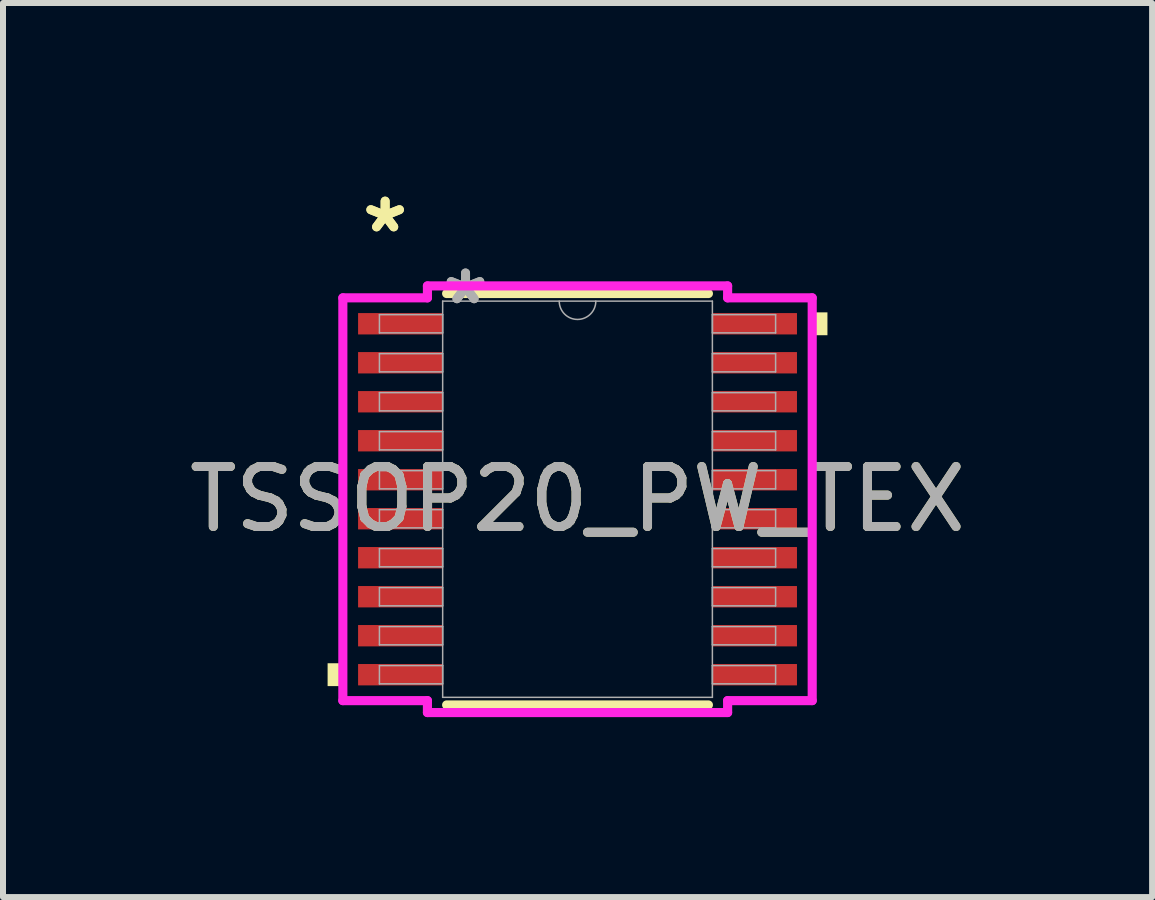
<source format=kicad_pcb>
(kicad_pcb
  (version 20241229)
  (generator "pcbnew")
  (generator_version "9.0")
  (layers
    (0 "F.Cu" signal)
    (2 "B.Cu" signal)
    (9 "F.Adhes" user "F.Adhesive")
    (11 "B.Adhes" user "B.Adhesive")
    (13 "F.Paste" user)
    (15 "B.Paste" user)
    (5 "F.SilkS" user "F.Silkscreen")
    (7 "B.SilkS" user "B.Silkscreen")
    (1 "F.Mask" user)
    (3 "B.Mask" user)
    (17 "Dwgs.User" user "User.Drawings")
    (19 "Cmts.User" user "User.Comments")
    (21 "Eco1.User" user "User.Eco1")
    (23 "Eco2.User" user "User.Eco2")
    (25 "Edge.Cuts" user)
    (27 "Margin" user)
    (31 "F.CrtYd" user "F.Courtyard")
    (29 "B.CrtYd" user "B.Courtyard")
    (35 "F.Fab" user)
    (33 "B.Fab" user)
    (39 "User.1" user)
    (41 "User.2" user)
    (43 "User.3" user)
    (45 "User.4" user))
  (footprint "TSSOP20_PW_TEX"
    (layer "F.Cu")
    (at 6.577 5.272)
    (property "Reference" "TSSOP20_PW_TEX" (at 0 0 0) (unlocked yes) (layer "F.SilkS") (effects (font (size 1 1) (thickness 0.15))))
    (attr smd)
    (fp_line (start -2.182 3.429) (end 2.182 3.429) (stroke (width 0.152) (type solid)) (layer "F.SilkS"))
    (fp_line (start 2.182 -3.429) (end -2.182 -3.429) (stroke (width 0.152) (type solid)) (layer "F.SilkS"))
    (fp_poly (pts (xy -4.166 2.734) (xy -4.166 3.115) (xy -3.912 3.115) (xy -3.912 2.734)) (stroke (width 0) (type solid)) (fill yes) (layer "F.SilkS"))
    (fp_poly (pts (xy 4.166 -3.115) (xy 4.166 -2.734) (xy 3.912 -2.734) (xy 3.912 -3.115)) (stroke (width 0) (type solid)) (fill yes) (layer "F.SilkS"))
    (fp_line (start -3.912 -3.357) (end -2.502 -3.357) (stroke (width 0.152) (type solid)) (layer "F.CrtYd"))
    (fp_line (start -3.912 3.357) (end -3.912 -3.357) (stroke (width 0.152) (type solid)) (layer "F.CrtYd"))
    (fp_line (start -3.912 3.357) (end -2.502 3.357) (stroke (width 0.152) (type solid)) (layer "F.CrtYd"))
    (fp_line (start -2.502 -3.556) (end 2.502 -3.556) (stroke (width 0.152) (type solid)) (layer "F.CrtYd"))
    (fp_line (start -2.502 -3.357) (end -2.502 -3.556) (stroke (width 0.152) (type solid)) (layer "F.CrtYd"))
    (fp_line (start -2.502 3.556) (end -2.502 3.357) (stroke (width 0.152) (type solid)) (layer "F.CrtYd"))
    (fp_line (start 2.502 -3.556) (end 2.502 -3.357) (stroke (width 0.152) (type solid)) (layer "F.CrtYd"))
    (fp_line (start 2.502 3.357) (end 2.502 3.556) (stroke (width 0.152) (type solid)) (layer "F.CrtYd"))
    (fp_line (start 2.502 3.556) (end -2.502 3.556) (stroke (width 0.152) (type solid)) (layer "F.CrtYd"))
    (fp_line (start 3.912 -3.357) (end 2.502 -3.357) (stroke (width 0.152) (type solid)) (layer "F.CrtYd"))
    (fp_line (start 3.912 -3.357) (end 3.912 3.357) (stroke (width 0.152) (type solid)) (layer "F.CrtYd"))
    (fp_line (start 3.912 3.357) (end 2.502 3.357) (stroke (width 0.152) (type solid)) (layer "F.CrtYd"))
    (fp_line (start -3.302 -3.077) (end -3.302 -2.773) (stroke (width 0.025) (type solid)) (layer "F.Fab"))
    (fp_line (start -3.302 -2.773) (end -2.248 -2.773) (stroke (width 0.025) (type solid)) (layer "F.Fab"))
    (fp_line (start -3.302 -2.427) (end -3.302 -2.123) (stroke (width 0.025) (type solid)) (layer "F.Fab"))
    (fp_line (start -3.302 -2.123) (end -2.248 -2.123) (stroke (width 0.025) (type solid)) (layer "F.Fab"))
    (fp_line (start -3.302 -1.777) (end -3.302 -1.473) (stroke (width 0.025) (type solid)) (layer "F.Fab"))
    (fp_line (start -3.302 -1.473) (end -2.248 -1.473) (stroke (width 0.025) (type solid)) (layer "F.Fab"))
    (fp_line (start -3.302 -1.127) (end -3.302 -0.823) (stroke (width 0.025) (type solid)) (layer "F.Fab"))
    (fp_line (start -3.302 -0.823) (end -2.248 -0.823) (stroke (width 0.025) (type solid)) (layer "F.Fab"))
    (fp_line (start -3.302 -0.477) (end -3.302 -0.173) (stroke (width 0.025) (type solid)) (layer "F.Fab"))
    (fp_line (start -3.302 -0.173) (end -2.248 -0.173) (stroke (width 0.025) (type solid)) (layer "F.Fab"))
    (fp_line (start -3.302 0.173) (end -3.302 0.477) (stroke (width 0.025) (type solid)) (layer "F.Fab"))
    (fp_line (start -3.302 0.477) (end -2.248 0.477) (stroke (width 0.025) (type solid)) (layer "F.Fab"))
    (fp_line (start -3.302 0.823) (end -3.302 1.127) (stroke (width 0.025) (type solid)) (layer "F.Fab"))
    (fp_line (start -3.302 1.127) (end -2.248 1.127) (stroke (width 0.025) (type solid)) (layer "F.Fab"))
    (fp_line (start -3.302 1.473) (end -3.302 1.777) (stroke (width 0.025) (type solid)) (layer "F.Fab"))
    (fp_line (start -3.302 1.777) (end -2.248 1.777) (stroke (width 0.025) (type solid)) (layer "F.Fab"))
    (fp_line (start -3.302 2.123) (end -3.302 2.427) (stroke (width 0.025) (type solid)) (layer "F.Fab"))
    (fp_line (start -3.302 2.427) (end -2.248 2.427) (stroke (width 0.025) (type solid)) (layer "F.Fab"))
    (fp_line (start -3.302 2.773) (end -3.302 3.077) (stroke (width 0.025) (type solid)) (layer "F.Fab"))
    (fp_line (start -3.302 3.077) (end -2.248 3.077) (stroke (width 0.025) (type solid)) (layer "F.Fab"))
    (fp_line (start -2.248 -3.302) (end -2.248 3.302) (stroke (width 0.025) (type solid)) (layer "F.Fab"))
    (fp_line (start -2.248 -3.077) (end -3.302 -3.077) (stroke (width 0.025) (type solid)) (layer "F.Fab"))
    (fp_line (start -2.248 -2.773) (end -2.248 -3.077) (stroke (width 0.025) (type solid)) (layer "F.Fab"))
    (fp_line (start -2.248 -2.427) (end -3.302 -2.427) (stroke (width 0.025) (type solid)) (layer "F.Fab"))
    (fp_line (start -2.248 -2.123) (end -2.248 -2.427) (stroke (width 0.025) (type solid)) (layer "F.Fab"))
    (fp_line (start -2.248 -1.777) (end -3.302 -1.777) (stroke (width 0.025) (type solid)) (layer "F.Fab"))
    (fp_line (start -2.248 -1.473) (end -2.248 -1.777) (stroke (width 0.025) (type solid)) (layer "F.Fab"))
    (fp_line (start -2.248 -1.127) (end -3.302 -1.127) (stroke (width 0.025) (type solid)) (layer "F.Fab"))
    (fp_line (start -2.248 -0.823) (end -2.248 -1.127) (stroke (width 0.025) (type solid)) (layer "F.Fab"))
    (fp_line (start -2.248 -0.477) (end -3.302 -0.477) (stroke (width 0.025) (type solid)) (layer "F.Fab"))
    (fp_line (start -2.248 -0.173) (end -2.248 -0.477) (stroke (width 0.025) (type solid)) (layer "F.Fab"))
    (fp_line (start -2.248 0.173) (end -3.302 0.173) (stroke (width 0.025) (type solid)) (layer "F.Fab"))
    (fp_line (start -2.248 0.477) (end -2.248 0.173) (stroke (width 0.025) (type solid)) (layer "F.Fab"))
    (fp_line (start -2.248 0.823) (end -3.302 0.823) (stroke (width 0.025) (type solid)) (layer "F.Fab"))
    (fp_line (start -2.248 1.127) (end -2.248 0.823) (stroke (width 0.025) (type solid)) (layer "F.Fab"))
    (fp_line (start -2.248 1.473) (end -3.302 1.473) (stroke (width 0.025) (type solid)) (layer "F.Fab"))
    (fp_line (start -2.248 1.777) (end -2.248 1.473) (stroke (width 0.025) (type solid)) (layer "F.Fab"))
    (fp_line (start -2.248 2.123) (end -3.302 2.123) (stroke (width 0.025) (type solid)) (layer "F.Fab"))
    (fp_line (start -2.248 2.427) (end -2.248 2.123) (stroke (width 0.025) (type solid)) (layer "F.Fab"))
    (fp_line (start -2.248 2.773) (end -3.302 2.773) (stroke (width 0.025) (type solid)) (layer "F.Fab"))
    (fp_line (start -2.248 3.077) (end -2.248 2.773) (stroke (width 0.025) (type solid)) (layer "F.Fab"))
    (fp_line (start -2.248 3.302) (end 2.248 3.302) (stroke (width 0.025) (type solid)) (layer "F.Fab"))
    (fp_line (start 2.248 -3.302) (end -2.248 -3.302) (stroke (width 0.025) (type solid)) (layer "F.Fab"))
    (fp_line (start 2.248 -3.077) (end 2.248 -2.773) (stroke (width 0.025) (type solid)) (layer "F.Fab"))
    (fp_line (start 2.248 -2.773) (end 3.302 -2.773) (stroke (width 0.025) (type solid)) (layer "F.Fab"))
    (fp_line (start 2.248 -2.427) (end 2.248 -2.123) (stroke (width 0.025) (type solid)) (layer "F.Fab"))
    (fp_line (start 2.248 -2.123) (end 3.302 -2.123) (stroke (width 0.025) (type solid)) (layer "F.Fab"))
    (fp_line (start 2.248 -1.777) (end 2.248 -1.473) (stroke (width 0.025) (type solid)) (layer "F.Fab"))
    (fp_line (start 2.248 -1.473) (end 3.302 -1.473) (stroke (width 0.025) (type solid)) (layer "F.Fab"))
    (fp_line (start 2.248 -1.127) (end 2.248 -0.823) (stroke (width 0.025) (type solid)) (layer "F.Fab"))
    (fp_line (start 2.248 -0.823) (end 3.302 -0.823) (stroke (width 0.025) (type solid)) (layer "F.Fab"))
    (fp_line (start 2.248 -0.477) (end 2.248 -0.173) (stroke (width 0.025) (type solid)) (layer "F.Fab"))
    (fp_line (start 2.248 -0.173) (end 3.302 -0.173) (stroke (width 0.025) (type solid)) (layer "F.Fab"))
    (fp_line (start 2.248 0.173) (end 2.248 0.477) (stroke (width 0.025) (type solid)) (layer "F.Fab"))
    (fp_line (start 2.248 0.477) (end 3.302 0.477) (stroke (width 0.025) (type solid)) (layer "F.Fab"))
    (fp_line (start 2.248 0.823) (end 2.248 1.127) (stroke (width 0.025) (type solid)) (layer "F.Fab"))
    (fp_line (start 2.248 1.127) (end 3.302 1.127) (stroke (width 0.025) (type solid)) (layer "F.Fab"))
    (fp_line (start 2.248 1.473) (end 2.248 1.777) (stroke (width 0.025) (type solid)) (layer "F.Fab"))
    (fp_line (start 2.248 1.777) (end 3.302 1.777) (stroke (width 0.025) (type solid)) (layer "F.Fab"))
    (fp_line (start 2.248 2.123) (end 2.248 2.427) (stroke (width 0.025) (type solid)) (layer "F.Fab"))
    (fp_line (start 2.248 2.427) (end 3.302 2.427) (stroke (width 0.025) (type solid)) (layer "F.Fab"))
    (fp_line (start 2.248 2.773) (end 2.248 3.077) (stroke (width 0.025) (type solid)) (layer "F.Fab"))
    (fp_line (start 2.248 3.077) (end 3.302 3.077) (stroke (width 0.025) (type solid)) (layer "F.Fab"))
    (fp_line (start 2.248 3.302) (end 2.248 -3.302) (stroke (width 0.025) (type solid)) (layer "F.Fab"))
    (fp_line (start 3.302 -3.077) (end 2.248 -3.077) (stroke (width 0.025) (type solid)) (layer "F.Fab"))
    (fp_line (start 3.302 -2.773) (end 3.302 -3.077) (stroke (width 0.025) (type solid)) (layer "F.Fab"))
    (fp_line (start 3.302 -2.427) (end 2.248 -2.427) (stroke (width 0.025) (type solid)) (layer "F.Fab"))
    (fp_line (start 3.302 -2.123) (end 3.302 -2.427) (stroke (width 0.025) (type solid)) (layer "F.Fab"))
    (fp_line (start 3.302 -1.777) (end 2.248 -1.777) (stroke (width 0.025) (type solid)) (layer "F.Fab"))
    (fp_line (start 3.302 -1.473) (end 3.302 -1.777) (stroke (width 0.025) (type solid)) (layer "F.Fab"))
    (fp_line (start 3.302 -1.127) (end 2.248 -1.127) (stroke (width 0.025) (type solid)) (layer "F.Fab"))
    (fp_line (start 3.302 -0.823) (end 3.302 -1.127) (stroke (width 0.025) (type solid)) (layer "F.Fab"))
    (fp_line (start 3.302 -0.477) (end 2.248 -0.477) (stroke (width 0.025) (type solid)) (layer "F.Fab"))
    (fp_line (start 3.302 -0.173) (end 3.302 -0.477) (stroke (width 0.025) (type solid)) (layer "F.Fab"))
    (fp_line (start 3.302 0.173) (end 2.248 0.173) (stroke (width 0.025) (type solid)) (layer "F.Fab"))
    (fp_line (start 3.302 0.477) (end 3.302 0.173) (stroke (width 0.025) (type solid)) (layer "F.Fab"))
    (fp_line (start 3.302 0.823) (end 2.248 0.823) (stroke (width 0.025) (type solid)) (layer "F.Fab"))
    (fp_line (start 3.302 1.127) (end 3.302 0.823) (stroke (width 0.025) (type solid)) (layer "F.Fab"))
    (fp_line (start 3.302 1.473) (end 2.248 1.473) (stroke (width 0.025) (type solid)) (layer "F.Fab"))
    (fp_line (start 3.302 1.777) (end 3.302 1.473) (stroke (width 0.025) (type solid)) (layer "F.Fab"))
    (fp_line (start 3.302 2.123) (end 2.248 2.123) (stroke (width 0.025) (type solid)) (layer "F.Fab"))
    (fp_line (start 3.302 2.427) (end 3.302 2.123) (stroke (width 0.025) (type solid)) (layer "F.Fab"))
    (fp_line (start 3.302 2.773) (end 2.248 2.773) (stroke (width 0.025) (type solid)) (layer "F.Fab"))
    (fp_line (start 3.302 3.077) (end 3.302 2.773) (stroke (width 0.025) (type solid)) (layer "F.Fab"))
    (fp_arc (start 0.3048 -3.302) (mid 0 -2.9972) (end -0.3048 -3.302) (stroke (width 0.0254) (type solid)) (layer "F.Fab"))
    (fp_text user "*" (at -3.207 -4.424 0) (layer "F.SilkS") (effects (font (size 1 1) (thickness 0.15))))
    (fp_text user "*" (at -3.207 -4.424 0) (unlocked yes) (layer "F.SilkS") (effects (font (size 1 1) (thickness 0.15))))
    (fp_text user "*" (at -1.867 -3.226 0) (unlocked yes) (layer "F.Fab") (effects (font (size 1 1) (thickness 0.15))))
    (fp_text user "*" (at -1.867 -3.226 0) (layer "F.Fab") (effects (font (size 1 1) (thickness 0.15))))
    (fp_text user "${REFERENCE}" (at 0 0 0) (unlocked yes) (layer "F.Fab") (effects (font (size 1 1) (thickness 0.15))))
    (pad "1" smd rect (at -2.953 -2.925) (size 1.41 0.356) (layers "F.Cu" "F.Mask" "F.Paste"))
    (pad "2" smd rect (at -2.953 -2.275) (size 1.41 0.356) (layers "F.Cu" "F.Mask" "F.Paste"))
    (pad "3" smd rect (at -2.953 -1.625) (size 1.41 0.356) (layers "F.Cu" "F.Mask" "F.Paste"))
    (pad "4" smd rect (at -2.953 -0.975) (size 1.41 0.356) (layers "F.Cu" "F.Mask" "F.Paste"))
    (pad "5" smd rect (at -2.953 -0.325) (size 1.41 0.356) (layers "F.Cu" "F.Mask" "F.Paste"))
    (pad "6" smd rect (at -2.953 0.325) (size 1.41 0.356) (layers "F.Cu" "F.Mask" "F.Paste"))
    (pad "7" smd rect (at -2.953 0.975) (size 1.41 0.356) (layers "F.Cu" "F.Mask" "F.Paste"))
    (pad "8" smd rect (at -2.953 1.625) (size 1.41 0.356) (layers "F.Cu" "F.Mask" "F.Paste"))
    (pad "9" smd rect (at -2.953 2.275) (size 1.41 0.356) (layers "F.Cu" "F.Mask" "F.Paste"))
    (pad "10" smd rect (at -2.953 2.925) (size 1.41 0.356) (layers "F.Cu" "F.Mask" "F.Paste"))
    (pad "11" smd rect (at 2.953 2.925) (size 1.41 0.356) (layers "F.Cu" "F.Mask" "F.Paste"))
    (pad "12" smd rect (at 2.953 2.275) (size 1.41 0.356) (layers "F.Cu" "F.Mask" "F.Paste"))
    (pad "13" smd rect (at 2.953 1.625) (size 1.41 0.356) (layers "F.Cu" "F.Mask" "F.Paste"))
    (pad "14" smd rect (at 2.953 0.975) (size 1.41 0.356) (layers "F.Cu" "F.Mask" "F.Paste"))
    (pad "15" smd rect (at 2.953 0.325) (size 1.41 0.356) (layers "F.Cu" "F.Mask" "F.Paste"))
    (pad "16" smd rect (at 2.953 -0.325) (size 1.41 0.356) (layers "F.Cu" "F.Mask" "F.Paste"))
    (pad "17" smd rect (at 2.953 -0.975) (size 1.41 0.356) (layers "F.Cu" "F.Mask" "F.Paste"))
    (pad "18" smd rect (at 2.953 -1.625) (size 1.41 0.356) (layers "F.Cu" "F.Mask" "F.Paste"))
    (pad "19" smd rect (at 2.953 -2.275) (size 1.41 0.356) (layers "F.Cu" "F.Mask" "F.Paste"))
    (pad "20" smd rect (at 2.953 -2.925) (size 1.41 0.356) (layers "F.Cu" "F.Mask" "F.Paste")))
  (gr_rect
    (start -3 -3)
    (end 16.155 11.904)
    (stroke (width 0.1) (type default))
    (fill no)
    (layer "Edge.Cuts")))
</source>
